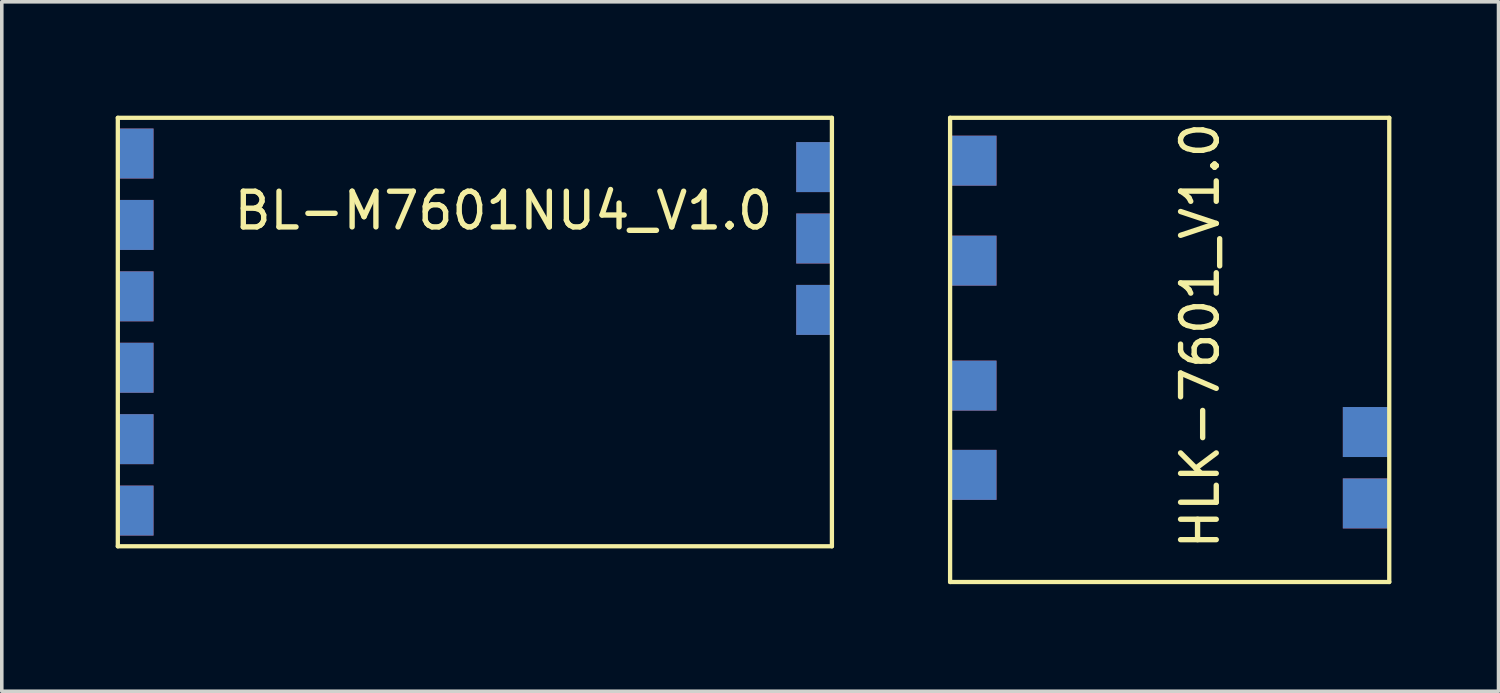
<source format=kicad_pcb>
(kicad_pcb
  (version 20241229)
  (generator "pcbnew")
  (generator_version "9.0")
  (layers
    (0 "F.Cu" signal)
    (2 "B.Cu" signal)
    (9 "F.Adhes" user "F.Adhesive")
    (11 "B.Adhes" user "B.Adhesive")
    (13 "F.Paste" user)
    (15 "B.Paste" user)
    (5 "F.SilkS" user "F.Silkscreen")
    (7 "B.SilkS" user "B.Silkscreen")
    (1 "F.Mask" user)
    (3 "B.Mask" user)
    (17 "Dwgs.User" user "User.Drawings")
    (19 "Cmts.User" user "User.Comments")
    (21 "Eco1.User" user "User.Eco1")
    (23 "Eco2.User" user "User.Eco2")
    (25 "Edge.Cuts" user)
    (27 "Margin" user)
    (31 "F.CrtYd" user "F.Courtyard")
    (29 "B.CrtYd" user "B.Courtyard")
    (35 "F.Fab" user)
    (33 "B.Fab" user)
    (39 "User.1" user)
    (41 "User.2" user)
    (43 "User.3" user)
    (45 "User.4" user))
  (footprint "HLK-7601_V1.0"
    (layer "F.Cu")
    (at 23.56 0.25)
    (property "Reference" "HLK-7601_V1.0" (at 7 6.1 270) (layer "F.SilkS") (effects (font (size 1 1) (thickness 0.15))))
    (attr through_hole)
    (fp_line (start 0 0) (end 12.3 0) (stroke (width 0.12) (type solid)) (layer "F.SilkS"))
    (fp_line (start 0 13) (end 0 0) (stroke (width 0.12) (type solid)) (layer "F.SilkS"))
    (fp_line (start 12.3 0) (end 12.3 13) (stroke (width 0.12) (type solid)) (layer "F.SilkS"))
    (fp_line (start 12.3 13) (end 0 13) (stroke (width 0.12) (type solid)) (layer "F.SilkS"))
    (pad "1" smd rect (at 0 1.2) (size 1.3 1.4) (drill (offset 0.65 0)) (layers "F.Cu" "F.Mask" "F.Paste"))
    (pad "1" smd rect (at 0 1.2) (size 1.3 1.4) (drill (offset 0.65 0)) (layers "B.Cu" "B.Mask" "B.Paste"))
    (pad "2" smd rect (at 0 4) (size 1.3 1.4) (drill (offset 0.65 0)) (layers "F.Cu" "F.Mask" "F.Paste"))
    (pad "2" smd rect (at 0 4) (size 1.3 1.4) (drill (offset 0.65 0)) (layers "B.Cu" "B.Mask" "B.Paste"))
    (pad "3" smd rect (at 0 7.5) (size 1.3 1.4) (drill (offset 0.65 0)) (layers "F.Cu" "F.Mask" "F.Paste"))
    (pad "3" smd rect (at 0 7.5) (size 1.3 1.4) (drill (offset 0.65 0)) (layers "B.Cu" "B.Mask" "B.Paste"))
    (pad "4" smd rect (at 0 10) (size 1.3 1.4) (drill (offset 0.65 0)) (layers "F.Cu" "F.Mask" "F.Paste"))
    (pad "4" smd rect (at 0 10) (size 1.3 1.4) (drill (offset 0.65 0)) (layers "B.Cu" "B.Mask" "B.Paste"))
    (pad "5" smd rect (at 12.3 10.8) (size 1.3 1.4) (drill (offset -0.65 0)) (layers "F.Cu" "F.Mask" "F.Paste"))
    (pad "5" smd rect (at 12.3 10.8) (size 1.3 1.4) (drill (offset -0.65 0)) (layers "B.Cu" "B.Mask" "B.Paste"))
    (pad "6" smd rect (at 12.3 8.8) (size 1.3 1.4) (drill (offset -0.65 0)) (layers "F.Cu" "F.Mask" "F.Paste"))
    (pad "6" smd rect (at 12.3 8.8) (size 1.3 1.4) (drill (offset -0.65 0)) (layers "B.Cu" "B.Mask" "B.Paste")))
  (footprint "BL-M7601NU4_V1.0"
    (layer "F.Cu")
    (at 0.25 0.25)
    (property "Reference" "BL-M7601NU4_V1.0" (at 10.8 2.6 180) (layer "F.SilkS") (effects (font (size 1 1) (thickness 0.15))))
    (attr through_hole)
    (fp_line (start 0 0) (end 0 12) (stroke (width 0.12) (type solid)) (layer "F.SilkS"))
    (fp_line (start 0 0) (end 20 0) (stroke (width 0.12) (type solid)) (layer "F.SilkS"))
    (fp_line (start 0 12) (end 20 12) (stroke (width 0.12) (type solid)) (layer "F.SilkS"))
    (fp_line (start 20 0) (end 20 12) (stroke (width 0.12) (type solid)) (layer "F.SilkS"))
    (pad "1" smd rect (at 0 11) (size 1 1.4) (drill (offset 0.5 0)) (layers "F.Cu" "F.Mask" "F.Paste"))
    (pad "1" smd rect (at 0 11) (size 1 1.4) (drill (offset 0.5 0)) (layers "B.Cu" "B.Mask" "B.Paste"))
    (pad "2" smd rect (at 0 9) (size 1 1.4) (drill (offset 0.5 0)) (layers "F.Cu" "F.Mask" "F.Paste"))
    (pad "2" smd rect (at 0 9) (size 1 1.4) (drill (offset 0.5 0)) (layers "B.Cu" "B.Mask" "B.Paste"))
    (pad "3" smd rect (at 0 7) (size 1 1.4) (drill (offset 0.5 0)) (layers "F.Cu" "F.Mask" "F.Paste"))
    (pad "3" smd rect (at 0 7) (size 1 1.4) (drill (offset 0.5 0)) (layers "B.Cu" "B.Mask" "B.Paste"))
    (pad "4" smd rect (at 0 5) (size 1 1.4) (drill (offset 0.5 0)) (layers "F.Cu" "F.Mask" "F.Paste"))
    (pad "4" smd rect (at 0 5) (size 1 1.4) (drill (offset 0.5 0)) (layers "B.Cu" "B.Mask" "B.Paste"))
    (pad "5" smd rect (at 0 3) (size 1 1.4) (drill (offset 0.5 0)) (layers "F.Cu" "F.Mask" "F.Paste"))
    (pad "5" smd rect (at 0 3) (size 1 1.4) (drill (offset 0.5 0)) (layers "B.Cu" "B.Mask" "B.Paste"))
    (pad "6" smd rect (at 0 1) (size 1 1.4) (drill (offset 0.5 0)) (layers "F.Cu" "F.Mask" "F.Paste"))
    (pad "6" smd rect (at 0 1) (size 1 1.4) (drill (offset 0.5 0)) (layers "B.Cu" "B.Mask" "B.Paste"))
    (pad "7" smd rect (at 20 5.38) (size 1 1.4) (drill (offset -0.5 0)) (layers "F.Cu" "F.Mask" "F.Paste"))
    (pad "7" smd rect (at 20 5.38) (size 1 1.4) (drill (offset -0.5 0)) (layers "B.Cu" "B.Mask" "B.Paste"))
    (pad "8" smd rect (at 20 3.38) (size 1 1.4) (drill (offset -0.5 0)) (layers "F.Cu" "F.Mask" "F.Paste"))
    (pad "8" smd rect (at 20 3.38) (size 1 1.4) (drill (offset -0.5 0)) (layers "B.Cu" "B.Mask" "B.Paste"))
    (pad "9" smd rect (at 20 1.38) (size 1 1.4) (drill (offset -0.5 0)) (layers "F.Cu" "F.Mask" "F.Paste"))
    (pad "9" smd rect (at 20 1.38) (size 1 1.4) (drill (offset -0.5 0)) (layers "B.Cu" "B.Mask" "B.Paste")))
  (gr_rect
    (start -3 -3)
    (end 38.92 16.31)
    (stroke (width 0.1) (type default))
    (fill no)
    (layer "Edge.Cuts")))
</source>
